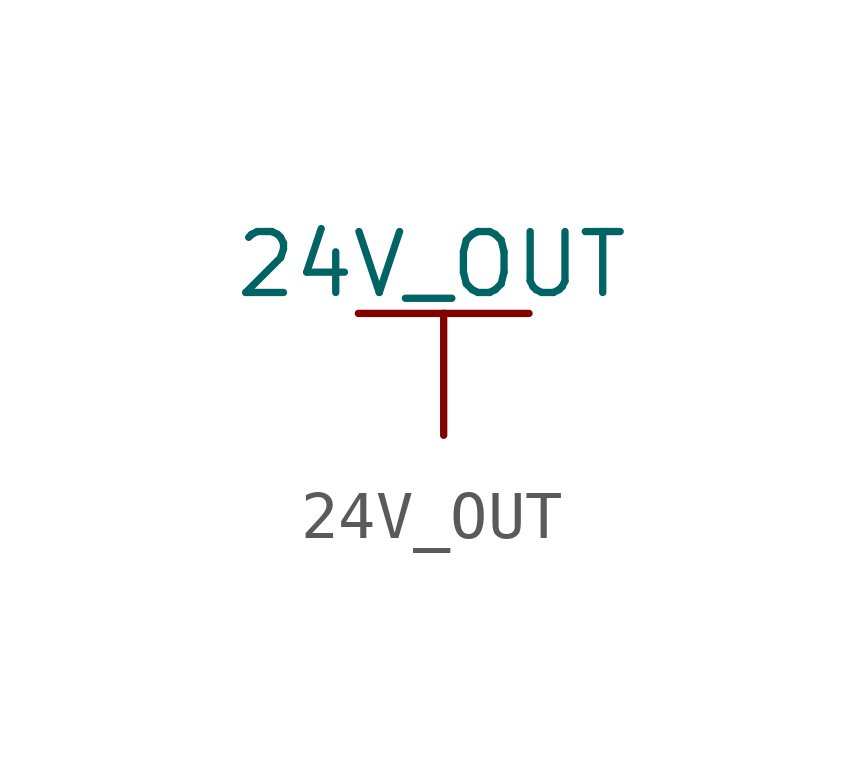
<source format=kicad_sym>
(kicad_symbol_lib
  (version 20220914)
  (generator kicad_symbol_editor)
  (symbol "24V_OUT"
    (power)
    (pin_numbers hide)
    (pin_names
      (offset 0) hide)
    (property "Reference" "#PWR"
      (at 0 -3.81 0)
      (effects (font (size 1.27 1.27)) hide))
    (property "Value" "24V_OUT"
      (at -0.254 3.556 0)
      (effects (font (size 1.27 1.27))))
    (property "Footprint" ""
      (at 0 0 0)
      (effects (font (size 1.524 1.524))))
    (property "Datasheet" ""
      (at 0 0 0)
      (effects (font (size 1.524 1.524))))
    (symbol "24V_OUT_0_1"
      (polyline (pts (xy -1.778 2.54) (xy 0 2.54)) (stroke (width 0) (type default)) (fill (type none)))
      (polyline (pts (xy 0 0) (xy 0 2.54)) (stroke (width 0) (type default)) (fill (type none)))
      (polyline (pts (xy 0 2.54) (xy 1.778 2.54)) (stroke (width 0) (type default)) (fill (type none))))
    (symbol "24V_OUT_1_1"
      (pin power_in line (at 0 0 90) (length 0) hide (name "24V_OUT" (effects (font (size 1.27 1.27)))) (number "1" (effects (font (size 1.27 1.27))))))))
</source>
